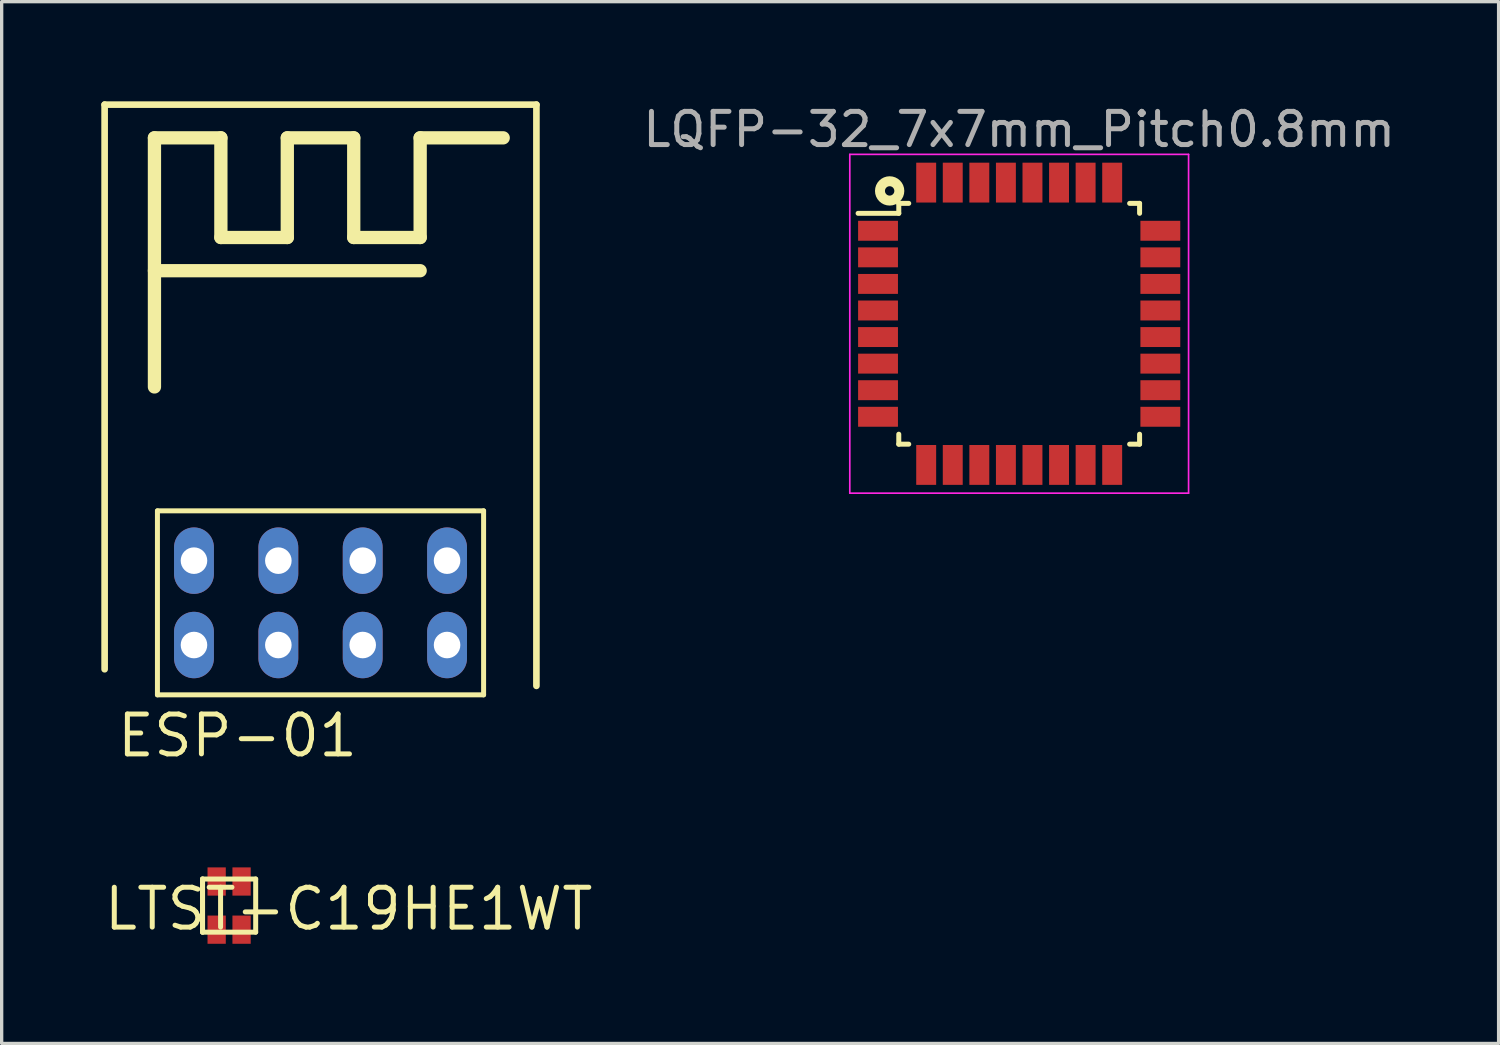
<source format=kicad_pcb>
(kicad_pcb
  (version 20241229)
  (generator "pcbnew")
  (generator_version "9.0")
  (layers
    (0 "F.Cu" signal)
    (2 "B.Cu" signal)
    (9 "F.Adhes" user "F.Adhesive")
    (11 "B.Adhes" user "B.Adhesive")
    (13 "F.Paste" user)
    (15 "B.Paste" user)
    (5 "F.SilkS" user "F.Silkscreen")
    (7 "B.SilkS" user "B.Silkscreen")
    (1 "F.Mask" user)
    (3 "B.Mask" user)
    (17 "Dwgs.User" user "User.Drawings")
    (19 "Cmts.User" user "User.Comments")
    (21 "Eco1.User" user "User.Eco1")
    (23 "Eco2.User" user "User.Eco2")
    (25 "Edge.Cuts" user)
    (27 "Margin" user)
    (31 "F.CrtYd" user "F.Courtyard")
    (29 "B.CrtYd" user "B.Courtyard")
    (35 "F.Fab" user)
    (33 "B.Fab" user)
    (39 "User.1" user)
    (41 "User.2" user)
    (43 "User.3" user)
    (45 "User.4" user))
  (footprint "ESP-01"
    (layer "F.Cu")
    (at 6.6 15.1)
    (property "Reference" "ESP-01" (at -2.5 4 180) (layer "F.SilkS") (effects (font (size 1.2 1.2) (thickness 0.15))))
    (attr through_hole)
    (fp_line (start -6.5 2) (end -6.5 -15) (stroke (width 0.2) (type solid)) (layer "F.SilkS"))
    (fp_line (start -5 -14) (end -3 -14) (stroke (width 0.4) (type solid)) (layer "F.SilkS"))
    (fp_line (start -5 -10) (end 3 -10) (stroke (width 0.4) (type solid)) (layer "F.SilkS"))
    (fp_line (start -5 -6.5) (end -5 -14) (stroke (width 0.4) (type solid)) (layer "F.SilkS"))
    (fp_line (start -4.91 -2.77) (end -4.91 2.77) (stroke (width 0.15) (type solid)) (layer "F.SilkS"))
    (fp_line (start -4.91 2.77) (end 4.91 2.77) (stroke (width 0.15) (type solid)) (layer "F.SilkS"))
    (fp_line (start -3 -14) (end -3 -11) (stroke (width 0.4) (type solid)) (layer "F.SilkS"))
    (fp_line (start -3 -11) (end -1 -11) (stroke (width 0.4) (type solid)) (layer "F.SilkS"))
    (fp_line (start -1 -14) (end 1 -14) (stroke (width 0.4) (type solid)) (layer "F.SilkS"))
    (fp_line (start -1 -11) (end -1 -14) (stroke (width 0.4) (type solid)) (layer "F.SilkS"))
    (fp_line (start 1 -14) (end 1 -11) (stroke (width 0.4) (type solid)) (layer "F.SilkS"))
    (fp_line (start 1 -11) (end 3 -11) (stroke (width 0.4) (type solid)) (layer "F.SilkS"))
    (fp_line (start 3 -14) (end 5.5 -14) (stroke (width 0.4) (type solid)) (layer "F.SilkS"))
    (fp_line (start 3 -11) (end 3 -14) (stroke (width 0.4) (type solid)) (layer "F.SilkS"))
    (fp_line (start 4.91 -2.77) (end -4.91 -2.77) (stroke (width 0.15) (type solid)) (layer "F.SilkS"))
    (fp_line (start 4.91 2.77) (end 4.91 -2.77) (stroke (width 0.15) (type solid)) (layer "F.SilkS"))
    (fp_line (start 6.5 -15) (end -6.5 -15) (stroke (width 0.2) (type solid)) (layer "F.SilkS"))
    (fp_line (start 6.5 2.5) (end 6.5 -15) (stroke (width 0.2) (type solid)) (layer "F.SilkS"))
    (pad "1" thru_hole oval (at -3.81 -1.27) (size 1.2 2) (drill 0.8) (layers "*.Cu" "*.Mask"))
    (pad "2" thru_hole oval (at -3.81 1.27) (size 1.2 2) (drill 0.8) (layers "*.Cu" "*.Mask"))
    (pad "3" thru_hole oval (at -1.27 -1.27) (size 1.2 2) (drill 0.8) (layers "*.Cu" "*.Mask"))
    (pad "4" thru_hole oval (at -1.27 1.27) (size 1.2 2) (drill 0.8) (layers "*.Cu" "*.Mask"))
    (pad "5" thru_hole oval (at 1.27 -1.27) (size 1.2 2) (drill 0.8) (layers "*.Cu" "*.Mask"))
    (pad "6" thru_hole oval (at 1.27 1.27) (size 1.2 2) (drill 0.8) (layers "*.Cu" "*.Mask"))
    (pad "7" thru_hole oval (at 3.81 -1.27) (size 1.2 2) (drill 0.8) (layers "*.Cu" "*.Mask"))
    (pad "8" thru_hole oval (at 3.81 1.27) (size 1.2 2) (drill 0.8) (layers "*.Cu" "*.Mask")))
  (footprint "LQFP-32_7x7mm_Pitch0.8mm"
    (layer "F.Cu")
    (at 27.635 6.698)
    (property "Reference" "LQFP-32_7x7mm_Pitch0.8mm" (at 0 -5.85 0) (layer "F.Fab") (effects (font (size 1 1) (thickness 0.15))))
    (attr smd)
    (fp_line (start -3.625 -3.625) (end -3.625 -3.325) (stroke (width 0.15) (type solid)) (layer "F.SilkS"))
    (fp_line (start -3.625 -3.625) (end -3.325 -3.625) (stroke (width 0.15) (type solid)) (layer "F.SilkS"))
    (fp_line (start -3.625 -3.325) (end -4.85 -3.325) (stroke (width 0.15) (type solid)) (layer "F.SilkS"))
    (fp_line (start -3.625 3.625) (end -3.625 3.325) (stroke (width 0.15) (type solid)) (layer "F.SilkS"))
    (fp_line (start -3.625 3.625) (end -3.325 3.625) (stroke (width 0.15) (type solid)) (layer "F.SilkS"))
    (fp_line (start 3.625 -3.625) (end 3.325 -3.625) (stroke (width 0.15) (type solid)) (layer "F.SilkS"))
    (fp_line (start 3.625 -3.625) (end 3.625 -3.325) (stroke (width 0.15) (type solid)) (layer "F.SilkS"))
    (fp_line (start 3.625 3.625) (end 3.325 3.625) (stroke (width 0.15) (type solid)) (layer "F.SilkS"))
    (fp_line (start 3.625 3.625) (end 3.625 3.325) (stroke (width 0.15) (type solid)) (layer "F.SilkS"))
    (fp_circle (center -3.9 -4) (end -4 -4.1) (stroke (width 0.3) (type solid)) (fill no) (layer "F.SilkS"))
    (fp_line (start -5.1 -5.1) (end -5.1 5.1) (stroke (width 0.05) (type solid)) (layer "F.CrtYd"))
    (fp_line (start -5.1 -5.1) (end 5.1 -5.1) (stroke (width 0.05) (type solid)) (layer "F.CrtYd"))
    (fp_line (start -5.1 5.1) (end 5.1 5.1) (stroke (width 0.05) (type solid)) (layer "F.CrtYd"))
    (fp_line (start 5.1 -5.1) (end 5.1 5.1) (stroke (width 0.05) (type solid)) (layer "F.CrtYd"))
    (pad "1" smd rect (at -4.25 -2.8) (size 1.2 0.6) (layers "F.Cu" "F.Mask" "F.Paste"))
    (pad "2" smd rect (at -4.25 -2) (size 1.2 0.6) (layers "F.Cu" "F.Mask" "F.Paste"))
    (pad "3" smd rect (at -4.25 -1.2) (size 1.2 0.6) (layers "F.Cu" "F.Mask" "F.Paste"))
    (pad "4" smd rect (at -4.25 -0.4) (size 1.2 0.6) (layers "F.Cu" "F.Mask" "F.Paste"))
    (pad "5" smd rect (at -4.25 0.4) (size 1.2 0.6) (layers "F.Cu" "F.Mask" "F.Paste"))
    (pad "6" smd rect (at -4.25 1.2) (size 1.2 0.6) (layers "F.Cu" "F.Mask" "F.Paste"))
    (pad "7" smd rect (at -4.25 2) (size 1.2 0.6) (layers "F.Cu" "F.Mask" "F.Paste"))
    (pad "8" smd rect (at -4.25 2.8) (size 1.2 0.6) (layers "F.Cu" "F.Mask" "F.Paste"))
    (pad "9" smd rect (at -2.8 4.25 90) (size 1.2 0.6) (layers "F.Cu" "F.Mask" "F.Paste"))
    (pad "10" smd rect (at -2 4.25 90) (size 1.2 0.6) (layers "F.Cu" "F.Mask" "F.Paste"))
    (pad "11" smd rect (at -1.2 4.25 90) (size 1.2 0.6) (layers "F.Cu" "F.Mask" "F.Paste"))
    (pad "12" smd rect (at -0.4 4.25 90) (size 1.2 0.6) (layers "F.Cu" "F.Mask" "F.Paste"))
    (pad "13" smd rect (at 0.4 4.25 90) (size 1.2 0.6) (layers "F.Cu" "F.Mask" "F.Paste"))
    (pad "14" smd rect (at 1.2 4.25 90) (size 1.2 0.6) (layers "F.Cu" "F.Mask" "F.Paste"))
    (pad "15" smd rect (at 2 4.25 90) (size 1.2 0.6) (layers "F.Cu" "F.Mask" "F.Paste"))
    (pad "16" smd rect (at 2.8 4.25 90) (size 1.2 0.6) (layers "F.Cu" "F.Mask" "F.Paste"))
    (pad "17" smd rect (at 4.25 2.8) (size 1.2 0.6) (layers "F.Cu" "F.Mask" "F.Paste"))
    (pad "18" smd rect (at 4.25 2) (size 1.2 0.6) (layers "F.Cu" "F.Mask" "F.Paste"))
    (pad "19" smd rect (at 4.25 1.2) (size 1.2 0.6) (layers "F.Cu" "F.Mask" "F.Paste"))
    (pad "20" smd rect (at 4.25 0.4) (size 1.2 0.6) (layers "F.Cu" "F.Mask" "F.Paste"))
    (pad "21" smd rect (at 4.25 -0.4) (size 1.2 0.6) (layers "F.Cu" "F.Mask" "F.Paste"))
    (pad "22" smd rect (at 4.25 -1.2) (size 1.2 0.6) (layers "F.Cu" "F.Mask" "F.Paste"))
    (pad "23" smd rect (at 4.25 -2) (size 1.2 0.6) (layers "F.Cu" "F.Mask" "F.Paste"))
    (pad "24" smd rect (at 4.25 -2.8) (size 1.2 0.6) (layers "F.Cu" "F.Mask" "F.Paste"))
    (pad "25" smd rect (at 2.8 -4.25 90) (size 1.2 0.6) (layers "F.Cu" "F.Mask" "F.Paste"))
    (pad "26" smd rect (at 2 -4.25 90) (size 1.2 0.6) (layers "F.Cu" "F.Mask" "F.Paste"))
    (pad "27" smd rect (at 1.2 -4.25 90) (size 1.2 0.6) (layers "F.Cu" "F.Mask" "F.Paste"))
    (pad "28" smd rect (at 0.4 -4.25 90) (size 1.2 0.6) (layers "F.Cu" "F.Mask" "F.Paste"))
    (pad "29" smd rect (at -0.4 -4.25 90) (size 1.2 0.6) (layers "F.Cu" "F.Mask" "F.Paste"))
    (pad "30" smd rect (at -1.2 -4.25 90) (size 1.2 0.6) (layers "F.Cu" "F.Mask" "F.Paste"))
    (pad "31" smd rect (at -2 -4.25 90) (size 1.2 0.6) (layers "F.Cu" "F.Mask" "F.Paste"))
    (pad "32" smd rect (at -2.8 -4.25 90) (size 1.2 0.6) (layers "F.Cu" "F.Mask" "F.Paste")))
  (footprint "LTST-C19HE1WT"
    (layer "F.Cu")
    (at 3.848 24.215)
    (property "Reference" "LTST-C19HE1WT" (at 3.6 0.1 180) (layer "F.SilkS") (effects (font (size 1.2 1.2) (thickness 0.15))))
    (attr through_hole)
    (fp_line (start -0.8 -0.8) (end -0.8 0.8) (stroke (width 0.15) (type solid)) (layer "F.SilkS"))
    (fp_line (start -0.8 -0.8) (end 0.8 -0.8) (stroke (width 0.15) (type solid)) (layer "F.SilkS"))
    (fp_line (start -0.8 0.8) (end -0.8 -0.8) (stroke (width 0.15) (type solid)) (layer "F.SilkS"))
    (fp_line (start 0.8 -0.8) (end 0.8 0.8) (stroke (width 0.15) (type solid)) (layer "F.SilkS"))
    (fp_line (start 0.8 0.8) (end -0.8 0.8) (stroke (width 0.15) (type solid)) (layer "F.SilkS"))
    (pad "1" smd rect (at -0.375 -0.725) (size 0.55 0.85) (layers "F.Cu" "F.Mask" "F.Paste"))
    (pad "2" smd rect (at 0.375 -0.725) (size 0.55 0.85) (layers "F.Cu" "F.Mask" "F.Paste"))
    (pad "3" smd rect (at 0.375 0.725) (size 0.55 0.85) (layers "F.Cu" "F.Mask" "F.Paste"))
    (pad "4" smd rect (at -0.375 0.725) (size 0.55 0.85) (layers "F.Cu" "F.Mask" "F.Paste")))
  (gr_rect
    (start -3 -3)
    (end 42.069 28.365)
    (stroke (width 0.1) (type default))
    (fill no)
    (layer "Edge.Cuts")))
</source>
